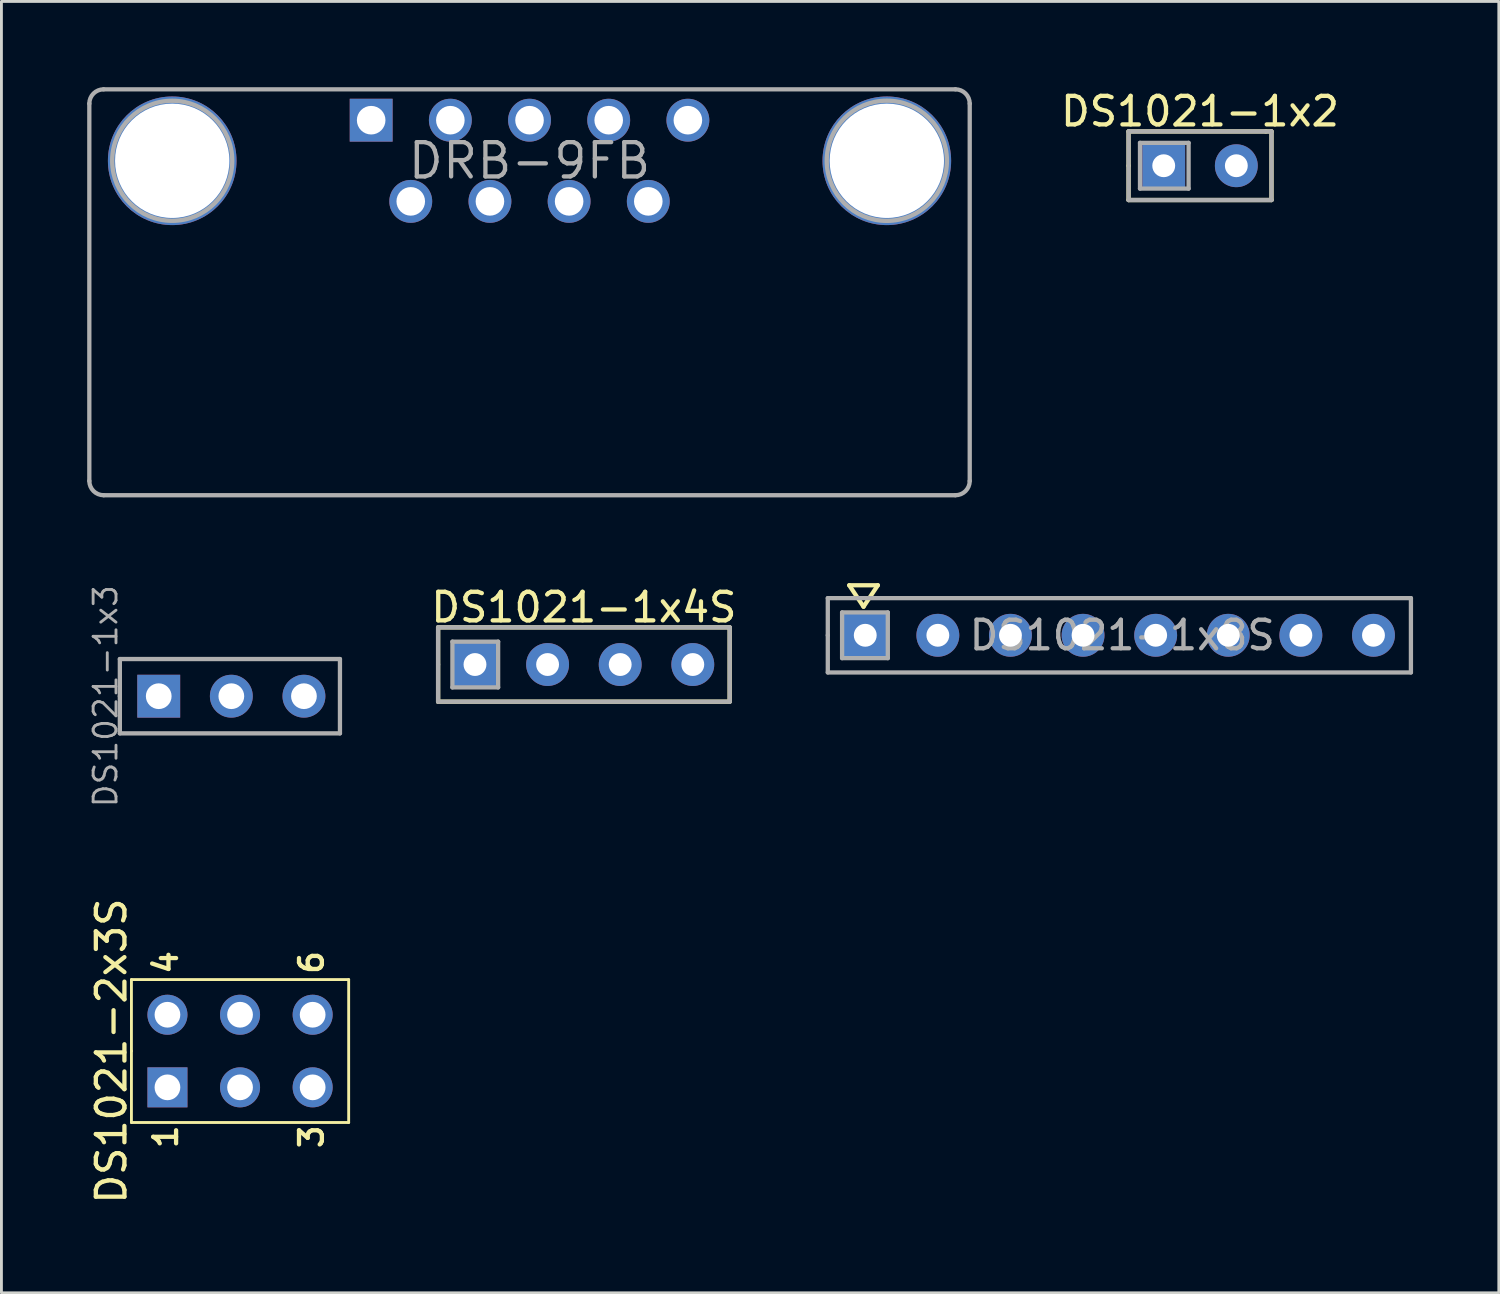
<source format=kicad_pcb>
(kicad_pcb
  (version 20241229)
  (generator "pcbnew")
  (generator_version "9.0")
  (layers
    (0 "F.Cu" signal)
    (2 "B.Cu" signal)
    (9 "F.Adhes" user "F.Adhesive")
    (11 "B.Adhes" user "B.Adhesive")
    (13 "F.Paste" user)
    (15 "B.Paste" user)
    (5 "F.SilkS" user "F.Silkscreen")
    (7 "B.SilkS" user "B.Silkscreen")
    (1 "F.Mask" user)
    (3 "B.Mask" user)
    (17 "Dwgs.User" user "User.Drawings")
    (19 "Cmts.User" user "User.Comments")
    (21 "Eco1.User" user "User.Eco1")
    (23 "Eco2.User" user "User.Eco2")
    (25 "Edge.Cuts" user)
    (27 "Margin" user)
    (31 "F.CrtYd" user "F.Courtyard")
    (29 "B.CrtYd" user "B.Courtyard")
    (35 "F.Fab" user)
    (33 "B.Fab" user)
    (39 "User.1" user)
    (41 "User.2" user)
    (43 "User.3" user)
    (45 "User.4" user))
  (footprint "DS1021-1x2"
    (layer "F.Cu")
    (at 38.932 2.748)
    (property "Reference" "DS1021-1x2" (at 0 -1.9 0) (layer "F.SilkS") (effects (font (size 1 1) (thickness 0.15))))
    (attr through_hole)
    (fp_line (start -2.5 -1.2) (end 2.3 -1.2) (stroke (width 0.15) (type solid)) (layer "F.SilkS"))
    (fp_line (start -2.5 0) (end -2.5 -1.2) (stroke (width 0.15) (type solid)) (layer "F.SilkS"))
    (fp_line (start -2.5 1.2) (end -2.5 0) (stroke (width 0.15) (type solid)) (layer "F.SilkS"))
    (fp_line (start 2.3 -1.2) (end 2.5 -1.2) (stroke (width 0.15) (type solid)) (layer "F.SilkS"))
    (fp_line (start 2.5 -1.2) (end 2.5 1.2) (stroke (width 0.15) (type solid)) (layer "F.SilkS"))
    (fp_line (start 2.5 1.2) (end -2.5 1.2) (stroke (width 0.15) (type solid)) (layer "F.SilkS"))
    (fp_line (start -2.5 -1.2) (end 2.5 -1.2) (stroke (width 0.15) (type solid)) (layer "F.Fab"))
    (fp_line (start -2.5 1.2) (end -2.5 -1.2) (stroke (width 0.15) (type solid)) (layer "F.Fab"))
    (fp_line (start -2.1 -0.8) (end -0.4 -0.8) (stroke (width 0.15) (type solid)) (layer "F.Fab"))
    (fp_line (start -2.1 0.8) (end -2.1 -0.8) (stroke (width 0.15) (type solid)) (layer "F.Fab"))
    (fp_line (start -0.4 -0.8) (end -0.4 0.8) (stroke (width 0.15) (type solid)) (layer "F.Fab"))
    (fp_line (start -0.4 0.8) (end -2.1 0.8) (stroke (width 0.15) (type solid)) (layer "F.Fab"))
    (fp_line (start 2.5 -1.2) (end 2.5 1.2) (stroke (width 0.15) (type solid)) (layer "F.Fab"))
    (fp_line (start 2.5 1.2) (end -2.5 1.2) (stroke (width 0.15) (type solid)) (layer "F.Fab"))
    (pad "1" thru_hole rect (at -1.27 0) (size 1.5 1.5) (drill 0.8) (layers "*.Cu" "*.Mask"))
    (pad "2" thru_hole circle (at 1.27 0) (size 1.5 1.5) (drill 0.8) (layers "*.Cu" "*.Mask")))
  (footprint "DS1021-1x8S"
    (layer "F.Cu")
    (at 36.11 19.175)
    (property "Reference" "DS1021-1x8S" (at 0.1 0 0) (layer "F.Fab") (effects (font (size 1 1) (thickness 0.15))))
    (attr through_hole)
    (fp_line (start -9.45 -1.75) (end -8.45 -1.75) (stroke (width 0.15) (type solid)) (layer "F.SilkS"))
    (fp_line (start -8.95 -1) (end -9.45 -1.75) (stroke (width 0.15) (type solid)) (layer "F.SilkS"))
    (fp_line (start -8.45 -1.75) (end -8.95 -1) (stroke (width 0.15) (type solid)) (layer "F.SilkS"))
    (fp_line (start -10.2 -1.3) (end 10.2 -1.3) (stroke (width 0.15) (type solid)) (layer "F.Fab"))
    (fp_line (start -10.2 0) (end -10.2 -1.3) (stroke (width 0.15) (type solid)) (layer "F.Fab"))
    (fp_line (start -10.2 1.3) (end -10.2 0) (stroke (width 0.15) (type solid)) (layer "F.Fab"))
    (fp_line (start -9.7 -0.8) (end -8.1 -0.8) (stroke (width 0.15) (type solid)) (layer "F.Fab"))
    (fp_line (start -9.7 0.8) (end -9.7 -0.8) (stroke (width 0.15) (type solid)) (layer "F.Fab"))
    (fp_line (start -8.1 -0.8) (end -8.1 0.8) (stroke (width 0.15) (type solid)) (layer "F.Fab"))
    (fp_line (start -8.1 0.8) (end -9.7 0.8) (stroke (width 0.15) (type solid)) (layer "F.Fab"))
    (fp_line (start 10.2 -1.3) (end 10.2 1.3) (stroke (width 0.15) (type solid)) (layer "F.Fab"))
    (fp_line (start 10.2 1.3) (end -10.2 1.3) (stroke (width 0.15) (type solid)) (layer "F.Fab"))
    (pad "1" thru_hole rect (at -8.89 0) (size 1.5 1.5) (drill 0.8) (layers "*.Cu" "*.Mask"))
    (pad "2" thru_hole circle (at -6.35 0) (size 1.5 1.5) (drill 0.8) (layers "*.Cu" "*.Mask"))
    (pad "3" thru_hole circle (at -3.81 0) (size 1.5 1.5) (drill 0.8) (layers "*.Cu" "*.Mask"))
    (pad "4" thru_hole circle (at -1.27 0) (size 1.5 1.5) (drill 0.8) (layers "*.Cu" "*.Mask"))
    (pad "5" thru_hole circle (at 1.27 0) (size 1.5 1.5) (drill 0.8) (layers "*.Cu" "*.Mask"))
    (pad "6" thru_hole circle (at 3.81 0) (size 1.5 1.5) (drill 0.8) (layers "*.Cu" "*.Mask"))
    (pad "7" thru_hole circle (at 6.35 0) (size 1.5 1.5) (drill 0.8) (layers "*.Cu" "*.Mask"))
    (pad "8" thru_hole circle (at 8.89 0) (size 1.5 1.5) (drill 0.8) (layers "*.Cu" "*.Mask")))
  (footprint "DS1021-2x3S"
    (layer "F.Cu")
    (at 5.348 33.72)
    (property "Reference" "DS1021-2x3S" (at -4.5 0 90) (layer "F.SilkS") (effects (font (size 1 1) (thickness 0.15))))
    (attr through_hole)
    (fp_line (start -3.8 -2.5) (end 3.8 -2.5) (stroke (width 0.1) (type solid)) (layer "F.SilkS"))
    (fp_line (start -3.8 0) (end -3.8 -2.5) (stroke (width 0.1) (type solid)) (layer "F.SilkS"))
    (fp_line (start -3.8 2.5) (end -3.8 0) (stroke (width 0.1) (type solid)) (layer "F.SilkS"))
    (fp_line (start 3.8 -2.5) (end 3.8 2.5) (stroke (width 0.1) (type solid)) (layer "F.SilkS"))
    (fp_line (start 3.8 2.5) (end -3.8 2.5) (stroke (width 0.1) (type solid)) (layer "F.SilkS"))
    (fp_text user "6" (at 2.5 -3.1 90) (layer "F.SilkS") (effects (font (size 0.8 0.8) (thickness 0.15))))
    (fp_text user "4" (at -2.6 -3.1 90) (layer "F.SilkS") (effects (font (size 0.8 0.8) (thickness 0.15))))
    (fp_text user "3" (at 2.5 3 90) (layer "F.SilkS") (effects (font (size 0.8 0.8) (thickness 0.15))))
    (fp_text user "1" (at -2.6 3 90) (layer "F.SilkS") (effects (font (size 0.8 0.8) (thickness 0.15))))
    (pad "1" thru_hole rect (at -2.54 1.27) (size 1.4 1.4) (drill 0.9) (layers "*.Cu" "*.Mask"))
    (pad "2" thru_hole circle (at 0 1.27) (size 1.4 1.4) (drill 0.9) (layers "*.Cu" "*.Mask"))
    (pad "3" thru_hole circle (at 2.54 1.27) (size 1.4 1.4) (drill 0.9) (layers "*.Cu" "*.Mask"))
    (pad "4" thru_hole circle (at -2.54 -1.27) (size 1.4 1.4) (drill 0.9) (layers "*.Cu" "*.Mask"))
    (pad "5" thru_hole circle (at 0 -1.27) (size 1.4 1.4) (drill 0.9) (layers "*.Cu" "*.Mask"))
    (pad "6" thru_hole circle (at 2.54 -1.27) (size 1.4 1.4) (drill 0.9) (layers "*.Cu" "*.Mask")))
  (footprint "DS1021-1x3"
    (layer "F.Cu")
    (at 5.043 21.306)
    (property "Reference" "DS1021-1x3" (at -4.4 0 90) (layer "F.Fab") (effects (font (size 0.8 0.8) (thickness 0.1))))
    (attr through_hole)
    (fp_line (start -3.9 -1.3) (end 3.8 -1.3) (stroke (width 0.15) (type solid)) (layer "F.Fab"))
    (fp_line (start -3.9 0) (end -3.9 -1.3) (stroke (width 0.15) (type solid)) (layer "F.Fab"))
    (fp_line (start -3.9 1.3) (end -3.9 0) (stroke (width 0.15) (type solid)) (layer "F.Fab"))
    (fp_line (start 3.8 -1.3) (end 3.8 1.3) (stroke (width 0.15) (type solid)) (layer "F.Fab"))
    (fp_line (start 3.8 1.3) (end -3.9 1.3) (stroke (width 0.15) (type solid)) (layer "F.Fab"))
    (pad "1" thru_hole rect (at -2.54 0) (size 1.5 1.5) (drill 0.9) (layers "*.Cu" "*.Mask"))
    (pad "2" thru_hole circle (at 0 0) (size 1.5 1.5) (drill 0.9) (layers "*.Cu" "*.Mask"))
    (pad "3" thru_hole circle (at 2.54 0) (size 1.5 1.5) (drill 0.9) (layers "*.Cu" "*.Mask")))
  (footprint "DRB-9FB"
    (layer "F.Cu")
    (at 15.475 2.575)
    (property "Reference" "DRB-9FB" (at 0 0 180) (layer "F.Fab") (effects (font (size 1.2 1.2) (thickness 0.15))))
    (attr through_hole)
    (fp_line (start -15.4 -2) (end -15.4 11.2) (stroke (width 0.15) (type solid)) (layer "F.Fab"))
    (fp_line (start -14.9 11.7) (end 14.9 11.7) (stroke (width 0.15) (type solid)) (layer "F.Fab"))
    (fp_line (start 14.9 -2.5) (end -14.9 -2.5) (stroke (width 0.15) (type solid)) (layer "F.Fab"))
    (fp_line (start 15.4 11.2) (end 15.4 -2) (stroke (width 0.15) (type solid)) (layer "F.Fab"))
    (fp_arc (start -15.4 -2) (mid -15.253553 -2.353553) (end -14.9 -2.5) (stroke (width 0.15) (type solid)) (layer "F.Fab"))
    (fp_arc (start -14.9 11.7) (mid -15.253553 11.553553) (end -15.4 11.2) (stroke (width 0.15) (type solid)) (layer "F.Fab"))
    (fp_arc (start 14.9 -2.5) (mid 15.253553 -2.353553) (end 15.4 -2) (stroke (width 0.15) (type solid)) (layer "F.Fab"))
    (fp_arc (start 15.4 11.2) (mid 15.253553 11.553553) (end 14.9 11.7) (stroke (width 0.15) (type solid)) (layer "F.Fab"))
    (fp_circle (center -12.5 0) (end -10.4 0) (stroke (width 0.15) (type solid)) (fill no) (layer "F.Fab"))
    (fp_circle (center 12.5 0) (end 14.6 0.1) (stroke (width 0.15) (type solid)) (fill no) (layer "F.Fab"))
    (pad "1" thru_hole rect (at -5.54 -1.42) (size 1.5 1.5) (drill 1) (layers "*.Cu" "*.Mask"))
    (pad "2" thru_hole circle (at -2.77 -1.42) (size 1.5 1.5) (drill 1) (layers "*.Cu" "*.Mask"))
    (pad "3" thru_hole circle (at 0 -1.42) (size 1.5 1.5) (drill 1) (layers "*.Cu" "*.Mask"))
    (pad "4" thru_hole circle (at 2.77 -1.42) (size 1.5 1.5) (drill 1) (layers "*.Cu" "*.Mask"))
    (pad "5" thru_hole circle (at 5.54 -1.42) (size 1.5 1.5) (drill 1) (layers "*.Cu" "*.Mask"))
    (pad "6" thru_hole circle (at -4.155 1.42) (size 1.5 1.5) (drill 1) (layers "*.Cu" "*.Mask"))
    (pad "7" thru_hole circle (at -1.385 1.42) (size 1.5 1.5) (drill 1) (layers "*.Cu" "*.Mask"))
    (pad "8" thru_hole circle (at 1.385 1.42) (size 1.5 1.5) (drill 1) (layers "*.Cu" "*.Mask"))
    (pad "9" thru_hole circle (at 4.155 1.42) (size 1.5 1.5) (drill 1) (layers "*.Cu" "*.Mask"))
    (pad "10" thru_hole oval (at -12.5 0) (size 4.5 4.5) (drill 4) (layers "*.Cu" "*.Mask"))
    (pad "11" thru_hole circle (at 12.5 0) (size 4.5 4.5) (drill 4) (layers "*.Cu" "*.Mask")))
  (footprint "DS1021-1x4S"
    (layer "F.Cu")
    (at 17.377 20.198)
    (property "Reference" "DS1021-1x4S" (at 0 -2 0) (layer "F.SilkS") (effects (font (size 1 1) (thickness 0.15))))
    (attr through_hole)
    (fp_line (start -5.1 -1.3) (end 5.1 -1.3) (stroke (width 0.15) (type solid)) (layer "F.SilkS"))
    (fp_line (start -5.1 1.3) (end -5.1 -1.3) (stroke (width 0.15) (type solid)) (layer "F.SilkS"))
    (fp_line (start 5.1 -1.3) (end 5.1 1.3) (stroke (width 0.15) (type solid)) (layer "F.SilkS"))
    (fp_line (start 5.1 1.3) (end -5.1 1.3) (stroke (width 0.15) (type solid)) (layer "F.SilkS"))
    (fp_line (start -5.1 -1.3) (end 5.1 -1.3) (stroke (width 0.15) (type solid)) (layer "F.Fab"))
    (fp_line (start -5.1 0) (end -5.1 -1.3) (stroke (width 0.15) (type solid)) (layer "F.Fab"))
    (fp_line (start -5.1 1.3) (end -5.1 0) (stroke (width 0.15) (type solid)) (layer "F.Fab"))
    (fp_line (start -4.6 -0.8) (end -3 -0.8) (stroke (width 0.15) (type solid)) (layer "F.Fab"))
    (fp_line (start -4.6 0.8) (end -4.6 -0.8) (stroke (width 0.15) (type solid)) (layer "F.Fab"))
    (fp_line (start -3 -0.8) (end -3 0.8) (stroke (width 0.15) (type solid)) (layer "F.Fab"))
    (fp_line (start -3 0.8) (end -4.6 0.8) (stroke (width 0.15) (type solid)) (layer "F.Fab"))
    (fp_line (start 5.1 -1.3) (end 5.1 1.3) (stroke (width 0.15) (type solid)) (layer "F.Fab"))
    (fp_line (start 5.1 1.3) (end -5.1 1.3) (stroke (width 0.15) (type solid)) (layer "F.Fab"))
    (pad "1" thru_hole rect (at -3.81 0) (size 1.5 1.5) (drill 0.8) (layers "*.Cu" "*.Mask"))
    (pad "2" thru_hole circle (at -1.27 0) (size 1.5 1.5) (drill 0.8) (layers "*.Cu" "*.Mask"))
    (pad "3" thru_hole circle (at 1.27 0) (size 1.5 1.5) (drill 0.8) (layers "*.Cu" "*.Mask"))
    (pad "4" thru_hole circle (at 3.81 0) (size 1.5 1.5) (drill 0.8) (layers "*.Cu" "*.Mask")))
  (gr_rect
    (start -3 -3)
    (end 49.385 42.178)
    (stroke (width 0.1) (type default))
    (fill no)
    (layer "Edge.Cuts")))
</source>
